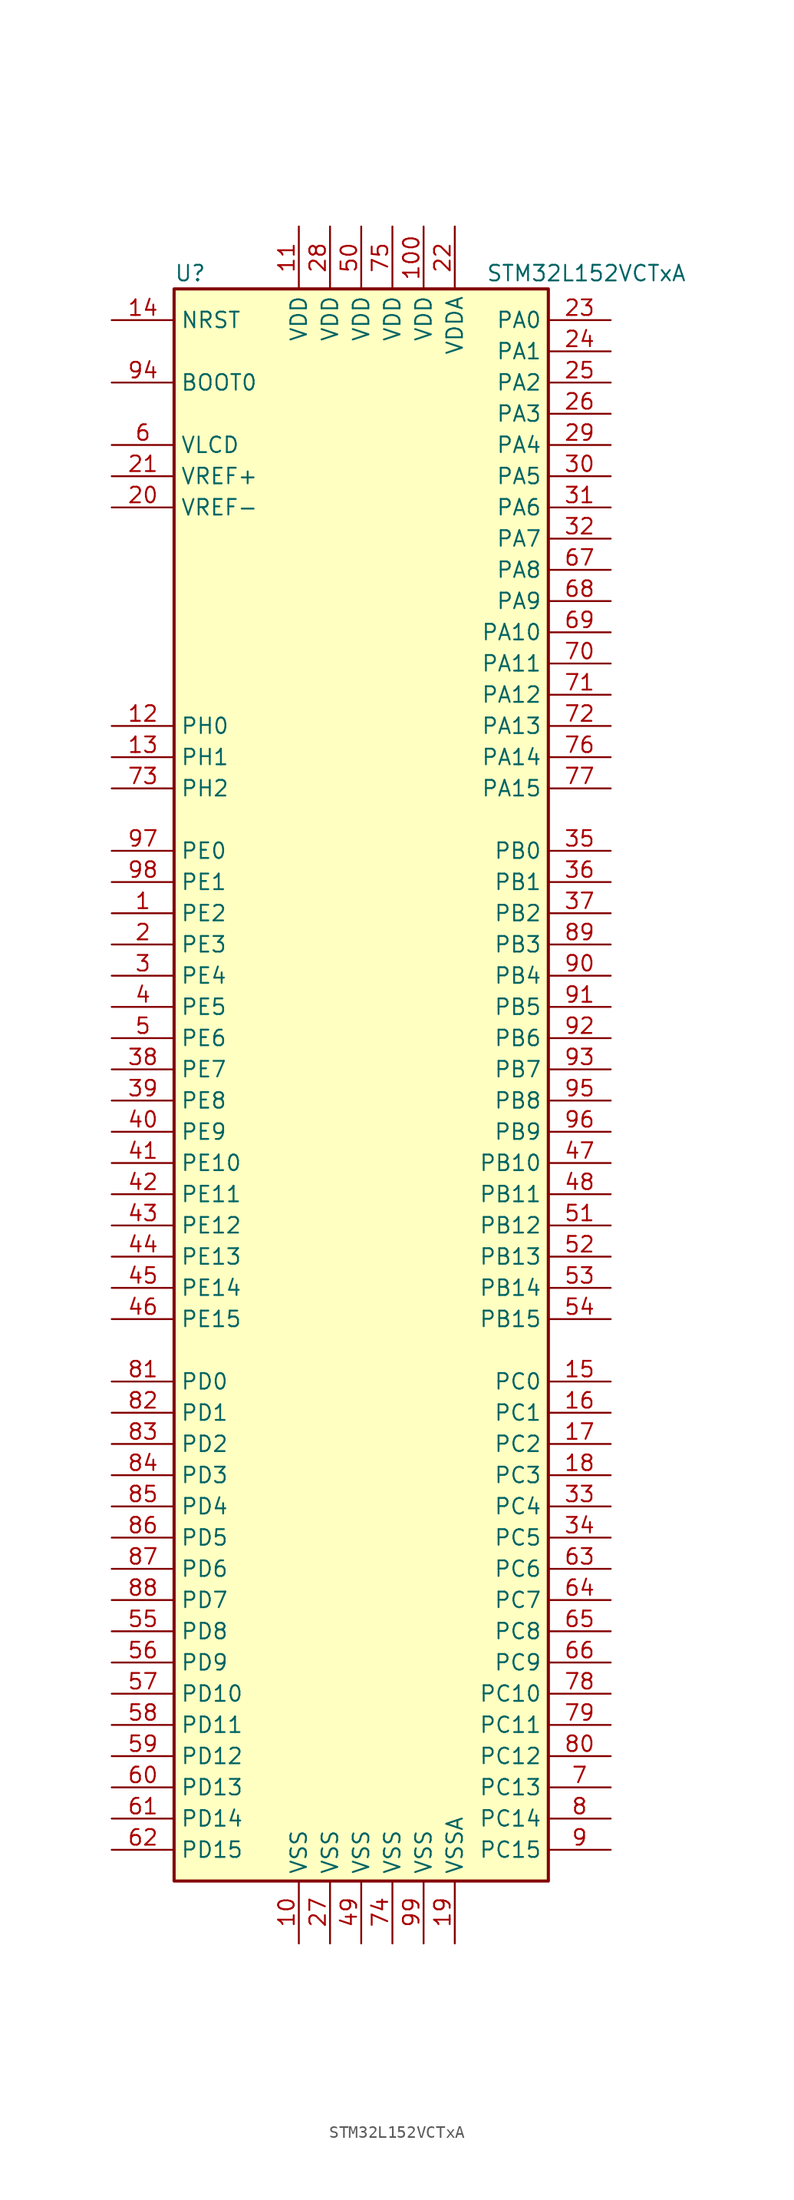
<source format=kicad_sym>
(kicad_symbol_lib
  (version 20211014)
  (generator kicad_symbol_editor)
  (symbol "STM32L152VCTxA"
    (property "Reference" "U"
      (at -15.24 64.77 0)
      (effects (font (size 1.27 1.27)) (justify left)))
    (property "Value" "STM32L152VCTxA"
      (at 10.16 64.77 0)
      (effects (font (size 1.27 1.27)) (justify left)))
    (symbol "STM32L152VCTxA_0_1"
      (rectangle (start -15.24 -66.04) (end 15.24 63.5) (stroke (width 0.254) (type default) (color 0 0 0 0)) (fill (type background))))
    (symbol "STM32L152VCTxA_1_1"
      (pin bidirectional line (at -20.32 12.7 0) (length 5.08) (name "PE2" (effects (font (size 1.27 1.27)))) (number "1" (effects (font (size 1.27 1.27)))))
      (pin power_in line (at -5.08 -71.12 90) (length 5.08) (name "VSS" (effects (font (size 1.27 1.27)))) (number "10" (effects (font (size 1.27 1.27)))))
      (pin power_in line (at 5.08 68.58 270) (length 5.08) (name "VDD" (effects (font (size 1.27 1.27)))) (number "100" (effects (font (size 1.27 1.27)))))
      (pin power_in line (at -5.08 68.58 270) (length 5.08) (name "VDD" (effects (font (size 1.27 1.27)))) (number "11" (effects (font (size 1.27 1.27)))))
      (pin input line (at -20.32 27.94 0) (length 5.08) (name "PH0" (effects (font (size 1.27 1.27)))) (number "12" (effects (font (size 1.27 1.27)))))
      (pin input line (at -20.32 25.4 0) (length 5.08) (name "PH1" (effects (font (size 1.27 1.27)))) (number "13" (effects (font (size 1.27 1.27)))))
      (pin input line (at -20.32 60.96 0) (length 5.08) (name "NRST" (effects (font (size 1.27 1.27)))) (number "14" (effects (font (size 1.27 1.27)))))
      (pin bidirectional line (at 20.32 -25.4 180) (length 5.08) (name "PC0" (effects (font (size 1.27 1.27)))) (number "15" (effects (font (size 1.27 1.27)))))
      (pin bidirectional line (at 20.32 -27.94 180) (length 5.08) (name "PC1" (effects (font (size 1.27 1.27)))) (number "16" (effects (font (size 1.27 1.27)))))
      (pin bidirectional line (at 20.32 -30.48 180) (length 5.08) (name "PC2" (effects (font (size 1.27 1.27)))) (number "17" (effects (font (size 1.27 1.27)))))
      (pin bidirectional line (at 20.32 -33.02 180) (length 5.08) (name "PC3" (effects (font (size 1.27 1.27)))) (number "18" (effects (font (size 1.27 1.27)))))
      (pin power_in line (at 7.62 -71.12 90) (length 5.08) (name "VSSA" (effects (font (size 1.27 1.27)))) (number "19" (effects (font (size 1.27 1.27)))))
      (pin bidirectional line (at -20.32 10.16 0) (length 5.08) (name "PE3" (effects (font (size 1.27 1.27)))) (number "2" (effects (font (size 1.27 1.27)))))
      (pin power_in line (at -20.32 45.72 0) (length 5.08) (name "VREF-" (effects (font (size 1.27 1.27)))) (number "20" (effects (font (size 1.27 1.27)))))
      (pin power_in line (at -20.32 48.26 0) (length 5.08) (name "VREF+" (effects (font (size 1.27 1.27)))) (number "21" (effects (font (size 1.27 1.27)))))
      (pin power_in line (at 7.62 68.58 270) (length 5.08) (name "VDDA" (effects (font (size 1.27 1.27)))) (number "22" (effects (font (size 1.27 1.27)))))
      (pin bidirectional line (at 20.32 60.96 180) (length 5.08) (name "PA0" (effects (font (size 1.27 1.27)))) (number "23" (effects (font (size 1.27 1.27)))))
      (pin bidirectional line (at 20.32 58.42 180) (length 5.08) (name "PA1" (effects (font (size 1.27 1.27)))) (number "24" (effects (font (size 1.27 1.27)))))
      (pin bidirectional line (at 20.32 55.88 180) (length 5.08) (name "PA2" (effects (font (size 1.27 1.27)))) (number "25" (effects (font (size 1.27 1.27)))))
      (pin bidirectional line (at 20.32 53.34 180) (length 5.08) (name "PA3" (effects (font (size 1.27 1.27)))) (number "26" (effects (font (size 1.27 1.27)))))
      (pin power_in line (at -2.54 -71.12 90) (length 5.08) (name "VSS" (effects (font (size 1.27 1.27)))) (number "27" (effects (font (size 1.27 1.27)))))
      (pin power_in line (at -2.54 68.58 270) (length 5.08) (name "VDD" (effects (font (size 1.27 1.27)))) (number "28" (effects (font (size 1.27 1.27)))))
      (pin bidirectional line (at 20.32 50.8 180) (length 5.08) (name "PA4" (effects (font (size 1.27 1.27)))) (number "29" (effects (font (size 1.27 1.27)))))
      (pin bidirectional line (at -20.32 7.62 0) (length 5.08) (name "PE4" (effects (font (size 1.27 1.27)))) (number "3" (effects (font (size 1.27 1.27)))))
      (pin bidirectional line (at 20.32 48.26 180) (length 5.08) (name "PA5" (effects (font (size 1.27 1.27)))) (number "30" (effects (font (size 1.27 1.27)))))
      (pin bidirectional line (at 20.32 45.72 180) (length 5.08) (name "PA6" (effects (font (size 1.27 1.27)))) (number "31" (effects (font (size 1.27 1.27)))))
      (pin bidirectional line (at 20.32 43.18 180) (length 5.08) (name "PA7" (effects (font (size 1.27 1.27)))) (number "32" (effects (font (size 1.27 1.27)))))
      (pin bidirectional line (at 20.32 -35.56 180) (length 5.08) (name "PC4" (effects (font (size 1.27 1.27)))) (number "33" (effects (font (size 1.27 1.27)))))
      (pin bidirectional line (at 20.32 -38.1 180) (length 5.08) (name "PC5" (effects (font (size 1.27 1.27)))) (number "34" (effects (font (size 1.27 1.27)))))
      (pin bidirectional line (at 20.32 17.78 180) (length 5.08) (name "PB0" (effects (font (size 1.27 1.27)))) (number "35" (effects (font (size 1.27 1.27)))))
      (pin bidirectional line (at 20.32 15.24 180) (length 5.08) (name "PB1" (effects (font (size 1.27 1.27)))) (number "36" (effects (font (size 1.27 1.27)))))
      (pin bidirectional line (at 20.32 12.7 180) (length 5.08) (name "PB2" (effects (font (size 1.27 1.27)))) (number "37" (effects (font (size 1.27 1.27)))))
      (pin bidirectional line (at -20.32 0 0) (length 5.08) (name "PE7" (effects (font (size 1.27 1.27)))) (number "38" (effects (font (size 1.27 1.27)))))
      (pin bidirectional line (at -20.32 -2.54 0) (length 5.08) (name "PE8" (effects (font (size 1.27 1.27)))) (number "39" (effects (font (size 1.27 1.27)))))
      (pin bidirectional line (at -20.32 5.08 0) (length 5.08) (name "PE5" (effects (font (size 1.27 1.27)))) (number "4" (effects (font (size 1.27 1.27)))))
      (pin bidirectional line (at -20.32 -5.08 0) (length 5.08) (name "PE9" (effects (font (size 1.27 1.27)))) (number "40" (effects (font (size 1.27 1.27)))))
      (pin bidirectional line (at -20.32 -7.62 0) (length 5.08) (name "PE10" (effects (font (size 1.27 1.27)))) (number "41" (effects (font (size 1.27 1.27)))))
      (pin bidirectional line (at -20.32 -10.16 0) (length 5.08) (name "PE11" (effects (font (size 1.27 1.27)))) (number "42" (effects (font (size 1.27 1.27)))))
      (pin bidirectional line (at -20.32 -12.7 0) (length 5.08) (name "PE12" (effects (font (size 1.27 1.27)))) (number "43" (effects (font (size 1.27 1.27)))))
      (pin bidirectional line (at -20.32 -15.24 0) (length 5.08) (name "PE13" (effects (font (size 1.27 1.27)))) (number "44" (effects (font (size 1.27 1.27)))))
      (pin bidirectional line (at -20.32 -17.78 0) (length 5.08) (name "PE14" (effects (font (size 1.27 1.27)))) (number "45" (effects (font (size 1.27 1.27)))))
      (pin bidirectional line (at -20.32 -20.32 0) (length 5.08) (name "PE15" (effects (font (size 1.27 1.27)))) (number "46" (effects (font (size 1.27 1.27)))))
      (pin bidirectional line (at 20.32 -7.62 180) (length 5.08) (name "PB10" (effects (font (size 1.27 1.27)))) (number "47" (effects (font (size 1.27 1.27)))))
      (pin bidirectional line (at 20.32 -10.16 180) (length 5.08) (name "PB11" (effects (font (size 1.27 1.27)))) (number "48" (effects (font (size 1.27 1.27)))))
      (pin power_in line (at 0 -71.12 90) (length 5.08) (name "VSS" (effects (font (size 1.27 1.27)))) (number "49" (effects (font (size 1.27 1.27)))))
      (pin bidirectional line (at -20.32 2.54 0) (length 5.08) (name "PE6" (effects (font (size 1.27 1.27)))) (number "5" (effects (font (size 1.27 1.27)))))
      (pin power_in line (at 0 68.58 270) (length 5.08) (name "VDD" (effects (font (size 1.27 1.27)))) (number "50" (effects (font (size 1.27 1.27)))))
      (pin bidirectional line (at 20.32 -12.7 180) (length 5.08) (name "PB12" (effects (font (size 1.27 1.27)))) (number "51" (effects (font (size 1.27 1.27)))))
      (pin bidirectional line (at 20.32 -15.24 180) (length 5.08) (name "PB13" (effects (font (size 1.27 1.27)))) (number "52" (effects (font (size 1.27 1.27)))))
      (pin bidirectional line (at 20.32 -17.78 180) (length 5.08) (name "PB14" (effects (font (size 1.27 1.27)))) (number "53" (effects (font (size 1.27 1.27)))))
      (pin bidirectional line (at 20.32 -20.32 180) (length 5.08) (name "PB15" (effects (font (size 1.27 1.27)))) (number "54" (effects (font (size 1.27 1.27)))))
      (pin bidirectional line (at -20.32 -45.72 0) (length 5.08) (name "PD8" (effects (font (size 1.27 1.27)))) (number "55" (effects (font (size 1.27 1.27)))))
      (pin bidirectional line (at -20.32 -48.26 0) (length 5.08) (name "PD9" (effects (font (size 1.27 1.27)))) (number "56" (effects (font (size 1.27 1.27)))))
      (pin bidirectional line (at -20.32 -50.8 0) (length 5.08) (name "PD10" (effects (font (size 1.27 1.27)))) (number "57" (effects (font (size 1.27 1.27)))))
      (pin bidirectional line (at -20.32 -53.34 0) (length 5.08) (name "PD11" (effects (font (size 1.27 1.27)))) (number "58" (effects (font (size 1.27 1.27)))))
      (pin bidirectional line (at -20.32 -55.88 0) (length 5.08) (name "PD12" (effects (font (size 1.27 1.27)))) (number "59" (effects (font (size 1.27 1.27)))))
      (pin power_in line (at -20.32 50.8 0) (length 5.08) (name "VLCD" (effects (font (size 1.27 1.27)))) (number "6" (effects (font (size 1.27 1.27)))))
      (pin bidirectional line (at -20.32 -58.42 0) (length 5.08) (name "PD13" (effects (font (size 1.27 1.27)))) (number "60" (effects (font (size 1.27 1.27)))))
      (pin bidirectional line (at -20.32 -60.96 0) (length 5.08) (name "PD14" (effects (font (size 1.27 1.27)))) (number "61" (effects (font (size 1.27 1.27)))))
      (pin bidirectional line (at -20.32 -63.5 0) (length 5.08) (name "PD15" (effects (font (size 1.27 1.27)))) (number "62" (effects (font (size 1.27 1.27)))))
      (pin bidirectional line (at 20.32 -40.64 180) (length 5.08) (name "PC6" (effects (font (size 1.27 1.27)))) (number "63" (effects (font (size 1.27 1.27)))))
      (pin bidirectional line (at 20.32 -43.18 180) (length 5.08) (name "PC7" (effects (font (size 1.27 1.27)))) (number "64" (effects (font (size 1.27 1.27)))))
      (pin bidirectional line (at 20.32 -45.72 180) (length 5.08) (name "PC8" (effects (font (size 1.27 1.27)))) (number "65" (effects (font (size 1.27 1.27)))))
      (pin bidirectional line (at 20.32 -48.26 180) (length 5.08) (name "PC9" (effects (font (size 1.27 1.27)))) (number "66" (effects (font (size 1.27 1.27)))))
      (pin bidirectional line (at 20.32 40.64 180) (length 5.08) (name "PA8" (effects (font (size 1.27 1.27)))) (number "67" (effects (font (size 1.27 1.27)))))
      (pin bidirectional line (at 20.32 38.1 180) (length 5.08) (name "PA9" (effects (font (size 1.27 1.27)))) (number "68" (effects (font (size 1.27 1.27)))))
      (pin bidirectional line (at 20.32 35.56 180) (length 5.08) (name "PA10" (effects (font (size 1.27 1.27)))) (number "69" (effects (font (size 1.27 1.27)))))
      (pin bidirectional line (at 20.32 -58.42 180) (length 5.08) (name "PC13" (effects (font (size 1.27 1.27)))) (number "7" (effects (font (size 1.27 1.27)))))
      (pin bidirectional line (at 20.32 33.02 180) (length 5.08) (name "PA11" (effects (font (size 1.27 1.27)))) (number "70" (effects (font (size 1.27 1.27)))))
      (pin bidirectional line (at 20.32 30.48 180) (length 5.08) (name "PA12" (effects (font (size 1.27 1.27)))) (number "71" (effects (font (size 1.27 1.27)))))
      (pin bidirectional line (at 20.32 27.94 180) (length 5.08) (name "PA13" (effects (font (size 1.27 1.27)))) (number "72" (effects (font (size 1.27 1.27)))))
      (pin bidirectional line (at -20.32 22.86 0) (length 5.08) (name "PH2" (effects (font (size 1.27 1.27)))) (number "73" (effects (font (size 1.27 1.27)))))
      (pin power_in line (at 2.54 -71.12 90) (length 5.08) (name "VSS" (effects (font (size 1.27 1.27)))) (number "74" (effects (font (size 1.27 1.27)))))
      (pin power_in line (at 2.54 68.58 270) (length 5.08) (name "VDD" (effects (font (size 1.27 1.27)))) (number "75" (effects (font (size 1.27 1.27)))))
      (pin bidirectional line (at 20.32 25.4 180) (length 5.08) (name "PA14" (effects (font (size 1.27 1.27)))) (number "76" (effects (font (size 1.27 1.27)))))
      (pin bidirectional line (at 20.32 22.86 180) (length 5.08) (name "PA15" (effects (font (size 1.27 1.27)))) (number "77" (effects (font (size 1.27 1.27)))))
      (pin bidirectional line (at 20.32 -50.8 180) (length 5.08) (name "PC10" (effects (font (size 1.27 1.27)))) (number "78" (effects (font (size 1.27 1.27)))))
      (pin bidirectional line (at 20.32 -53.34 180) (length 5.08) (name "PC11" (effects (font (size 1.27 1.27)))) (number "79" (effects (font (size 1.27 1.27)))))
      (pin bidirectional line (at 20.32 -60.96 180) (length 5.08) (name "PC14" (effects (font (size 1.27 1.27)))) (number "8" (effects (font (size 1.27 1.27)))))
      (pin bidirectional line (at 20.32 -55.88 180) (length 5.08) (name "PC12" (effects (font (size 1.27 1.27)))) (number "80" (effects (font (size 1.27 1.27)))))
      (pin bidirectional line (at -20.32 -25.4 0) (length 5.08) (name "PD0" (effects (font (size 1.27 1.27)))) (number "81" (effects (font (size 1.27 1.27)))))
      (pin bidirectional line (at -20.32 -27.94 0) (length 5.08) (name "PD1" (effects (font (size 1.27 1.27)))) (number "82" (effects (font (size 1.27 1.27)))))
      (pin bidirectional line (at -20.32 -30.48 0) (length 5.08) (name "PD2" (effects (font (size 1.27 1.27)))) (number "83" (effects (font (size 1.27 1.27)))))
      (pin bidirectional line (at -20.32 -33.02 0) (length 5.08) (name "PD3" (effects (font (size 1.27 1.27)))) (number "84" (effects (font (size 1.27 1.27)))))
      (pin bidirectional line (at -20.32 -35.56 0) (length 5.08) (name "PD4" (effects (font (size 1.27 1.27)))) (number "85" (effects (font (size 1.27 1.27)))))
      (pin bidirectional line (at -20.32 -38.1 0) (length 5.08) (name "PD5" (effects (font (size 1.27 1.27)))) (number "86" (effects (font (size 1.27 1.27)))))
      (pin bidirectional line (at -20.32 -40.64 0) (length 5.08) (name "PD6" (effects (font (size 1.27 1.27)))) (number "87" (effects (font (size 1.27 1.27)))))
      (pin bidirectional line (at -20.32 -43.18 0) (length 5.08) (name "PD7" (effects (font (size 1.27 1.27)))) (number "88" (effects (font (size 1.27 1.27)))))
      (pin bidirectional line (at 20.32 10.16 180) (length 5.08) (name "PB3" (effects (font (size 1.27 1.27)))) (number "89" (effects (font (size 1.27 1.27)))))
      (pin bidirectional line (at 20.32 -63.5 180) (length 5.08) (name "PC15" (effects (font (size 1.27 1.27)))) (number "9" (effects (font (size 1.27 1.27)))))
      (pin bidirectional line (at 20.32 7.62 180) (length 5.08) (name "PB4" (effects (font (size 1.27 1.27)))) (number "90" (effects (font (size 1.27 1.27)))))
      (pin bidirectional line (at 20.32 5.08 180) (length 5.08) (name "PB5" (effects (font (size 1.27 1.27)))) (number "91" (effects (font (size 1.27 1.27)))))
      (pin bidirectional line (at 20.32 2.54 180) (length 5.08) (name "PB6" (effects (font (size 1.27 1.27)))) (number "92" (effects (font (size 1.27 1.27)))))
      (pin bidirectional line (at 20.32 0 180) (length 5.08) (name "PB7" (effects (font (size 1.27 1.27)))) (number "93" (effects (font (size 1.27 1.27)))))
      (pin input line (at -20.32 55.88 0) (length 5.08) (name "BOOT0" (effects (font (size 1.27 1.27)))) (number "94" (effects (font (size 1.27 1.27)))))
      (pin bidirectional line (at 20.32 -2.54 180) (length 5.08) (name "PB8" (effects (font (size 1.27 1.27)))) (number "95" (effects (font (size 1.27 1.27)))))
      (pin bidirectional line (at 20.32 -5.08 180) (length 5.08) (name "PB9" (effects (font (size 1.27 1.27)))) (number "96" (effects (font (size 1.27 1.27)))))
      (pin bidirectional line (at -20.32 17.78 0) (length 5.08) (name "PE0" (effects (font (size 1.27 1.27)))) (number "97" (effects (font (size 1.27 1.27)))))
      (pin bidirectional line (at -20.32 15.24 0) (length 5.08) (name "PE1" (effects (font (size 1.27 1.27)))) (number "98" (effects (font (size 1.27 1.27)))))
      (pin power_in line (at 5.08 -71.12 90) (length 5.08) (name "VSS" (effects (font (size 1.27 1.27)))) (number "99" (effects (font (size 1.27 1.27))))))))
</source>
